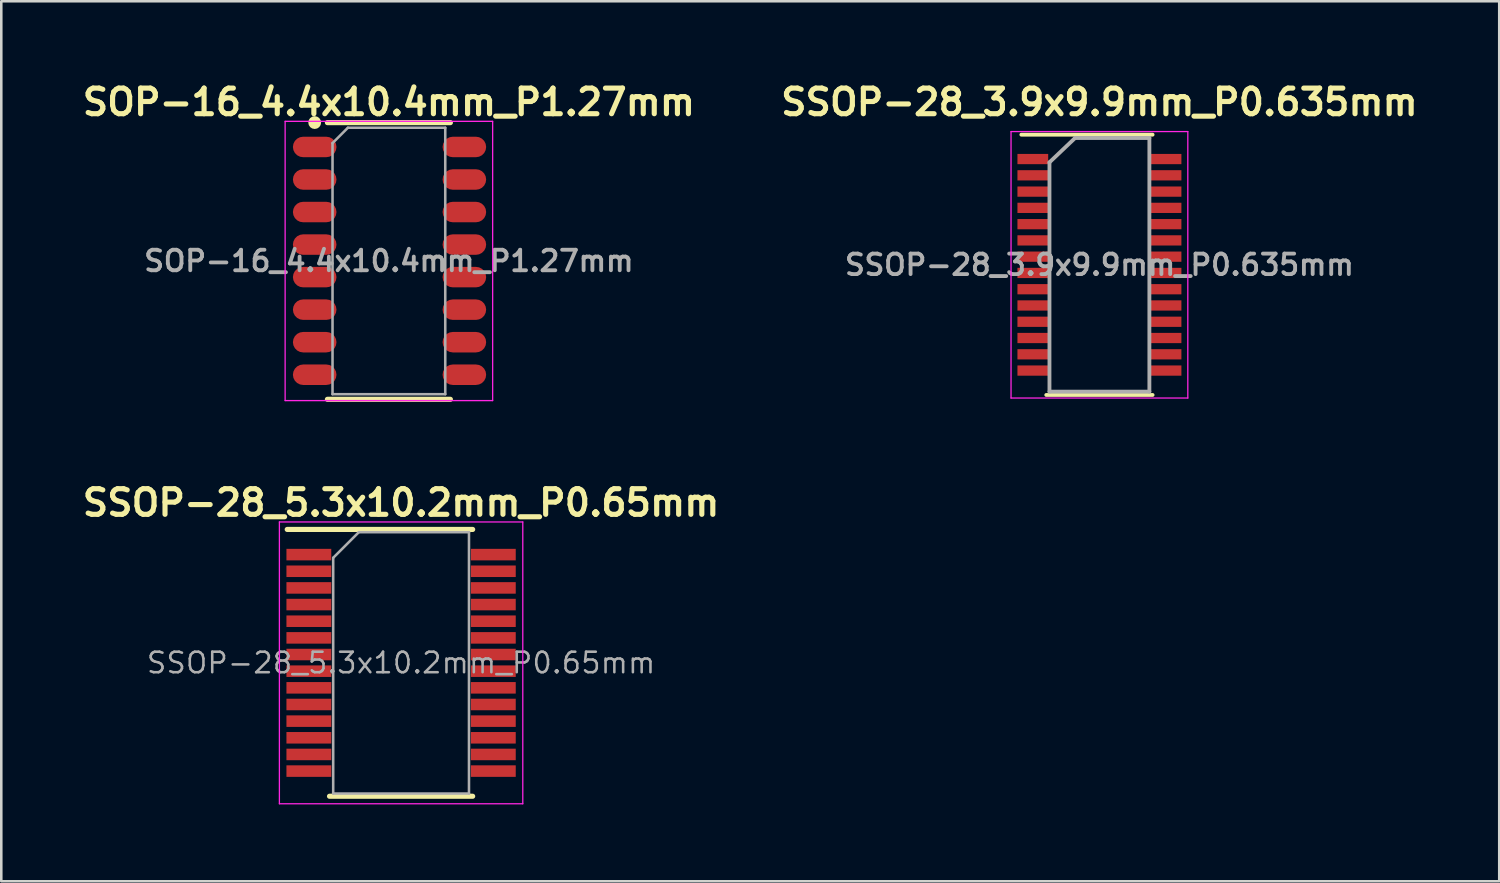
<source format=kicad_pcb>
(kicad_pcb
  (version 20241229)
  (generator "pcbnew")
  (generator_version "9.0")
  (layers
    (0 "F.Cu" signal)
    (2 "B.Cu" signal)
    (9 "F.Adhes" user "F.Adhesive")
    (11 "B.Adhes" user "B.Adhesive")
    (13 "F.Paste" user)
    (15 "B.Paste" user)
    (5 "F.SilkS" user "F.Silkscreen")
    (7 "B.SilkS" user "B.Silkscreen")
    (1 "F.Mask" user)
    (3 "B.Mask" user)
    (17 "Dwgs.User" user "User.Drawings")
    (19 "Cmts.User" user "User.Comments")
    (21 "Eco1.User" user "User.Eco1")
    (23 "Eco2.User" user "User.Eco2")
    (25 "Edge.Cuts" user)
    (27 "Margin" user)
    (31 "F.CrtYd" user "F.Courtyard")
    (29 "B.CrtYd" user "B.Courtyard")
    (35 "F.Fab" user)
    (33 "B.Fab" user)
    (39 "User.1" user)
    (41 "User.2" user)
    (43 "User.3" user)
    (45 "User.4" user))
  (footprint "SOP-16_4.4x10.4mm_P1.27mm"
    (layer "F.Cu")
    (at 12.129 7.136)
    (property "Reference" "SOP-16_4.4x10.4mm_P1.27mm" (at 0 -6.2 0) (layer "F.SilkS") (effects (font (size 1 1) (thickness 0.2))))
    (attr smd)
    (fp_line (start -2.4 -5.4) (end 2.4 -5.4) (stroke (width 0.2) (type solid)) (layer "F.SilkS"))
    (fp_line (start -2.4 5.4) (end 2.4 5.4) (stroke (width 0.2) (type solid)) (layer "F.SilkS"))
    (fp_circle (center -2.896 -5.402) (end -2.771 -5.402) (stroke (width 0.25) (type solid)) (fill no) (layer "F.SilkS"))
    (fp_line (start -4.05 -5.45) (end -4.05 5.45) (stroke (width 0.05) (type solid)) (layer "F.CrtYd"))
    (fp_line (start -4.05 -5.45) (end 4.05 -5.45) (stroke (width 0.05) (type solid)) (layer "F.CrtYd"))
    (fp_line (start 4.05 5.45) (end -4.05 5.45) (stroke (width 0.05) (type solid)) (layer "F.CrtYd"))
    (fp_line (start 4.05 5.45) (end 4.05 -5.45) (stroke (width 0.05) (type solid)) (layer "F.CrtYd"))
    (fp_line (start -2.2 -4.6) (end -1.6 -5.2) (stroke (width 0.1) (type solid)) (layer "F.Fab"))
    (fp_line (start -2.2 5.2) (end -2.2 -4.6) (stroke (width 0.1) (type solid)) (layer "F.Fab"))
    (fp_line (start -1.6 -5.2) (end 2.2 -5.2) (stroke (width 0.1) (type solid)) (layer "F.Fab"))
    (fp_line (start 2.2 -5.2) (end 2.2 5.2) (stroke (width 0.1) (type solid)) (layer "F.Fab"))
    (fp_line (start 2.2 5.2) (end -2.2 5.2) (stroke (width 0.1) (type solid)) (layer "F.Fab"))
    (fp_text user "${REFERENCE}" (at 0 0 0) (layer "F.Fab") (effects (font (size 0.8 0.8) (thickness 0.15))))
    (pad "1" smd roundrect (at -2.896 -4.45) (size 1.7 0.8) (layers "F.Cu" "F.Mask" "F.Paste") (roundrect_rratio 0.5))
    (pad "2" smd roundrect (at -2.896 -3.18) (size 1.7 0.8) (layers "F.Cu" "F.Mask" "F.Paste") (roundrect_rratio 0.5))
    (pad "3" smd roundrect (at -2.896 -1.91) (size 1.7 0.8) (layers "F.Cu" "F.Mask" "F.Paste") (roundrect_rratio 0.5))
    (pad "4" smd roundrect (at -2.896 -0.64) (size 1.7 0.8) (layers "F.Cu" "F.Mask" "F.Paste") (roundrect_rratio 0.5))
    (pad "5" smd roundrect (at -2.896 0.63) (size 1.7 0.8) (layers "F.Cu" "F.Mask" "F.Paste") (roundrect_rratio 0.5))
    (pad "6" smd roundrect (at -2.896 1.9) (size 1.7 0.8) (layers "F.Cu" "F.Mask" "F.Paste") (roundrect_rratio 0.5))
    (pad "7" smd roundrect (at -2.896 3.17) (size 1.7 0.8) (layers "F.Cu" "F.Mask" "F.Paste") (roundrect_rratio 0.5))
    (pad "8" smd roundrect (at -2.896 4.44) (size 1.7 0.8) (layers "F.Cu" "F.Mask" "F.Paste") (roundrect_rratio 0.5))
    (pad "9" smd roundrect (at 2.946 4.44) (size 1.7 0.8) (layers "F.Cu" "F.Mask" "F.Paste") (roundrect_rratio 0.5))
    (pad "10" smd roundrect (at 2.946 3.17) (size 1.7 0.8) (layers "F.Cu" "F.Mask" "F.Paste") (roundrect_rratio 0.5))
    (pad "11" smd roundrect (at 2.946 1.9) (size 1.7 0.8) (layers "F.Cu" "F.Mask" "F.Paste") (roundrect_rratio 0.5))
    (pad "12" smd roundrect (at 2.946 0.63) (size 1.7 0.8) (layers "F.Cu" "F.Mask" "F.Paste") (roundrect_rratio 0.5))
    (pad "13" smd roundrect (at 2.946 -0.64) (size 1.7 0.8) (layers "F.Cu" "F.Mask" "F.Paste") (roundrect_rratio 0.5))
    (pad "14" smd roundrect (at 2.946 -1.91) (size 1.7 0.8) (layers "F.Cu" "F.Mask" "F.Paste") (roundrect_rratio 0.5))
    (pad "15" smd roundrect (at 2.946 -3.18) (size 1.7 0.8) (layers "F.Cu" "F.Mask" "F.Paste") (roundrect_rratio 0.5))
    (pad "16" smd roundrect (at 2.946 -4.45) (size 1.7 0.8) (layers "F.Cu" "F.Mask" "F.Paste") (roundrect_rratio 0.5)))
  (footprint "SSOP-28_5.3x10.2mm_P0.65mm"
    (layer "F.Cu")
    (at 12.605 22.822)
    (property "Reference" "SSOP-28_5.3x10.2mm_P0.65mm" (at 0 -6.25 0) (layer "F.SilkS") (effects (font (size 1 1) (thickness 0.2))))
    (attr smd)
    (fp_line (start 2.794 -5.207) (end -4.445 -5.207) (stroke (width 0.2) (type solid)) (layer "F.SilkS"))
    (fp_line (start 2.794 5.207) (end -2.794 5.207) (stroke (width 0.2) (type solid)) (layer "F.SilkS"))
    (fp_line (start -4.75 -5.5) (end -4.75 5.5) (stroke (width 0.05) (type solid)) (layer "F.CrtYd"))
    (fp_line (start -4.75 -5.5) (end 4.75 -5.5) (stroke (width 0.05) (type solid)) (layer "F.CrtYd"))
    (fp_line (start -4.75 5.5) (end 4.75 5.5) (stroke (width 0.05) (type solid)) (layer "F.CrtYd"))
    (fp_line (start 4.75 -5.5) (end 4.75 5.5) (stroke (width 0.05) (type solid)) (layer "F.CrtYd"))
    (fp_line (start -2.65 -4.1) (end -1.65 -5.1) (stroke (width 0.1) (type solid)) (layer "F.Fab"))
    (fp_line (start -2.65 5.1) (end -2.65 -4.1) (stroke (width 0.1) (type solid)) (layer "F.Fab"))
    (fp_line (start -1.65 -5.1) (end 2.65 -5.1) (stroke (width 0.1) (type solid)) (layer "F.Fab"))
    (fp_line (start 2.65 -5.1) (end 2.65 5.1) (stroke (width 0.1) (type solid)) (layer "F.Fab"))
    (fp_line (start 2.65 5.1) (end -2.65 5.1) (stroke (width 0.1) (type solid)) (layer "F.Fab"))
    (fp_text user "${REFERENCE}" (at 0 0 0) (layer "F.Fab") (effects (font (size 0.8 0.8) (thickness 0.1))))
    (pad "1" smd rect (at -3.6 -4.225) (size 1.75 0.45) (layers "F.Cu" "F.Mask" "F.Paste"))
    (pad "2" smd rect (at -3.6 -3.575) (size 1.75 0.45) (layers "F.Cu" "F.Mask" "F.Paste"))
    (pad "3" smd rect (at -3.6 -2.925) (size 1.75 0.45) (layers "F.Cu" "F.Mask" "F.Paste"))
    (pad "4" smd rect (at -3.6 -2.275) (size 1.75 0.45) (layers "F.Cu" "F.Mask" "F.Paste"))
    (pad "5" smd rect (at -3.6 -1.625) (size 1.75 0.45) (layers "F.Cu" "F.Mask" "F.Paste"))
    (pad "6" smd rect (at -3.6 -0.975) (size 1.75 0.45) (layers "F.Cu" "F.Mask" "F.Paste"))
    (pad "7" smd rect (at -3.6 -0.325) (size 1.75 0.45) (layers "F.Cu" "F.Mask" "F.Paste"))
    (pad "8" smd rect (at -3.6 0.325) (size 1.75 0.45) (layers "F.Cu" "F.Mask" "F.Paste"))
    (pad "9" smd rect (at -3.6 0.975) (size 1.75 0.45) (layers "F.Cu" "F.Mask" "F.Paste"))
    (pad "10" smd rect (at -3.6 1.625) (size 1.75 0.45) (layers "F.Cu" "F.Mask" "F.Paste"))
    (pad "11" smd rect (at -3.6 2.275) (size 1.75 0.45) (layers "F.Cu" "F.Mask" "F.Paste"))
    (pad "12" smd rect (at -3.6 2.925) (size 1.75 0.45) (layers "F.Cu" "F.Mask" "F.Paste"))
    (pad "13" smd rect (at -3.6 3.575) (size 1.75 0.45) (layers "F.Cu" "F.Mask" "F.Paste"))
    (pad "14" smd rect (at -3.6 4.225) (size 1.75 0.45) (layers "F.Cu" "F.Mask" "F.Paste"))
    (pad "15" smd rect (at 3.6 4.225) (size 1.75 0.45) (layers "F.Cu" "F.Mask" "F.Paste"))
    (pad "16" smd rect (at 3.6 3.575) (size 1.75 0.45) (layers "F.Cu" "F.Mask" "F.Paste"))
    (pad "17" smd rect (at 3.6 2.925) (size 1.75 0.45) (layers "F.Cu" "F.Mask" "F.Paste"))
    (pad "18" smd rect (at 3.6 2.275) (size 1.75 0.45) (layers "F.Cu" "F.Mask" "F.Paste"))
    (pad "19" smd rect (at 3.6 1.625) (size 1.75 0.45) (layers "F.Cu" "F.Mask" "F.Paste"))
    (pad "20" smd rect (at 3.6 0.975) (size 1.75 0.45) (layers "F.Cu" "F.Mask" "F.Paste"))
    (pad "21" smd rect (at 3.6 0.325) (size 1.75 0.45) (layers "F.Cu" "F.Mask" "F.Paste"))
    (pad "22" smd rect (at 3.6 -0.325) (size 1.75 0.45) (layers "F.Cu" "F.Mask" "F.Paste"))
    (pad "23" smd rect (at 3.6 -0.975) (size 1.75 0.45) (layers "F.Cu" "F.Mask" "F.Paste"))
    (pad "24" smd rect (at 3.6 -1.625) (size 1.75 0.45) (layers "F.Cu" "F.Mask" "F.Paste"))
    (pad "25" smd rect (at 3.6 -2.275) (size 1.75 0.45) (layers "F.Cu" "F.Mask" "F.Paste"))
    (pad "26" smd rect (at 3.6 -2.925) (size 1.75 0.45) (layers "F.Cu" "F.Mask" "F.Paste"))
    (pad "27" smd rect (at 3.6 -3.575) (size 1.75 0.45) (layers "F.Cu" "F.Mask" "F.Paste"))
    (pad "28" smd rect (at 3.6 -4.225) (size 1.75 0.45) (layers "F.Cu" "F.Mask" "F.Paste")))
  (footprint "SSOP-28_3.9x9.9mm_P0.635mm"
    (layer "F.Cu")
    (at 39.862 7.286)
    (property "Reference" "SSOP-28_3.9x9.9mm_P0.635mm" (at 0 -6.35 0) (layer "F.SilkS") (effects (font (size 1 1) (thickness 0.2))))
    (attr smd)
    (fp_line (start -3.048 -5.08) (end 2.075 -5.08) (stroke (width 0.15) (type solid)) (layer "F.SilkS"))
    (fp_line (start -2.075 5.08) (end 2.075 5.08) (stroke (width 0.15) (type solid)) (layer "F.SilkS"))
    (fp_line (start -3.45 -5.2) (end -3.45 5.2) (stroke (width 0.05) (type solid)) (layer "F.CrtYd"))
    (fp_line (start -3.45 -5.2) (end 3.45 -5.2) (stroke (width 0.05) (type solid)) (layer "F.CrtYd"))
    (fp_line (start -3.45 5.2) (end 3.45 5.2) (stroke (width 0.05) (type solid)) (layer "F.CrtYd"))
    (fp_line (start 3.45 -5.2) (end 3.45 5.2) (stroke (width 0.05) (type solid)) (layer "F.CrtYd"))
    (fp_line (start -1.95 -4) (end -0.95 -4.95) (stroke (width 0.15) (type solid)) (layer "F.Fab"))
    (fp_line (start -1.95 4.95) (end -1.95 -4) (stroke (width 0.15) (type solid)) (layer "F.Fab"))
    (fp_line (start -0.95 -4.95) (end 1.95 -4.95) (stroke (width 0.15) (type solid)) (layer "F.Fab"))
    (fp_line (start 1.95 -4.95) (end 1.95 4.95) (stroke (width 0.15) (type solid)) (layer "F.Fab"))
    (fp_line (start 1.95 4.95) (end -1.95 4.95) (stroke (width 0.15) (type solid)) (layer "F.Fab"))
    (fp_text user "${REFERENCE}" (at 0 0 0) (layer "F.Fab") (effects (font (size 0.8 0.8) (thickness 0.15))))
    (pad "1" smd rect (at -2.6 -4.128) (size 1.2 0.4) (layers "F.Cu" "F.Mask" "F.Paste"))
    (pad "2" smd rect (at -2.6 -3.493) (size 1.2 0.4) (layers "F.Cu" "F.Mask" "F.Paste"))
    (pad "3" smd rect (at -2.6 -2.857) (size 1.2 0.4) (layers "F.Cu" "F.Mask" "F.Paste"))
    (pad "4" smd rect (at -2.6 -2.223) (size 1.2 0.4) (layers "F.Cu" "F.Mask" "F.Paste"))
    (pad "5" smd rect (at -2.6 -1.587) (size 1.2 0.4) (layers "F.Cu" "F.Mask" "F.Paste"))
    (pad "6" smd rect (at -2.6 -0.953) (size 1.2 0.4) (layers "F.Cu" "F.Mask" "F.Paste"))
    (pad "7" smd rect (at -2.6 -0.318) (size 1.2 0.4) (layers "F.Cu" "F.Mask" "F.Paste"))
    (pad "8" smd rect (at -2.6 0.318) (size 1.2 0.4) (layers "F.Cu" "F.Mask" "F.Paste"))
    (pad "9" smd rect (at -2.6 0.953) (size 1.2 0.4) (layers "F.Cu" "F.Mask" "F.Paste"))
    (pad "10" smd rect (at -2.6 1.587) (size 1.2 0.4) (layers "F.Cu" "F.Mask" "F.Paste"))
    (pad "11" smd rect (at -2.6 2.223) (size 1.2 0.4) (layers "F.Cu" "F.Mask" "F.Paste"))
    (pad "12" smd rect (at -2.6 2.857) (size 1.2 0.4) (layers "F.Cu" "F.Mask" "F.Paste"))
    (pad "13" smd rect (at -2.6 3.493) (size 1.2 0.4) (layers "F.Cu" "F.Mask" "F.Paste"))
    (pad "14" smd rect (at -2.6 4.128) (size 1.2 0.4) (layers "F.Cu" "F.Mask" "F.Paste"))
    (pad "15" smd rect (at 2.6 4.128) (size 1.2 0.4) (layers "F.Cu" "F.Mask" "F.Paste"))
    (pad "16" smd rect (at 2.6 3.493) (size 1.2 0.4) (layers "F.Cu" "F.Mask" "F.Paste"))
    (pad "17" smd rect (at 2.6 2.857) (size 1.2 0.4) (layers "F.Cu" "F.Mask" "F.Paste"))
    (pad "18" smd rect (at 2.6 2.223) (size 1.2 0.4) (layers "F.Cu" "F.Mask" "F.Paste"))
    (pad "19" smd rect (at 2.6 1.587) (size 1.2 0.4) (layers "F.Cu" "F.Mask" "F.Paste"))
    (pad "20" smd rect (at 2.6 0.953) (size 1.2 0.4) (layers "F.Cu" "F.Mask" "F.Paste"))
    (pad "21" smd rect (at 2.6 0.318) (size 1.2 0.4) (layers "F.Cu" "F.Mask" "F.Paste"))
    (pad "22" smd rect (at 2.6 -0.318) (size 1.2 0.4) (layers "F.Cu" "F.Mask" "F.Paste"))
    (pad "23" smd rect (at 2.6 -0.953) (size 1.2 0.4) (layers "F.Cu" "F.Mask" "F.Paste"))
    (pad "24" smd rect (at 2.6 -1.587) (size 1.2 0.4) (layers "F.Cu" "F.Mask" "F.Paste"))
    (pad "25" smd rect (at 2.6 -2.223) (size 1.2 0.4) (layers "F.Cu" "F.Mask" "F.Paste"))
    (pad "26" smd rect (at 2.6 -2.857) (size 1.2 0.4) (layers "F.Cu" "F.Mask" "F.Paste"))
    (pad "27" smd rect (at 2.6 -3.493) (size 1.2 0.4) (layers "F.Cu" "F.Mask" "F.Paste"))
    (pad "28" smd rect (at 2.6 -4.128) (size 1.2 0.4) (layers "F.Cu" "F.Mask" "F.Paste")))
  (gr_rect
    (start -3 -3)
    (end 55.467 31.347)
    (stroke (width 0.1) (type default))
    (fill no)
    (layer "Edge.Cuts")))
</source>
